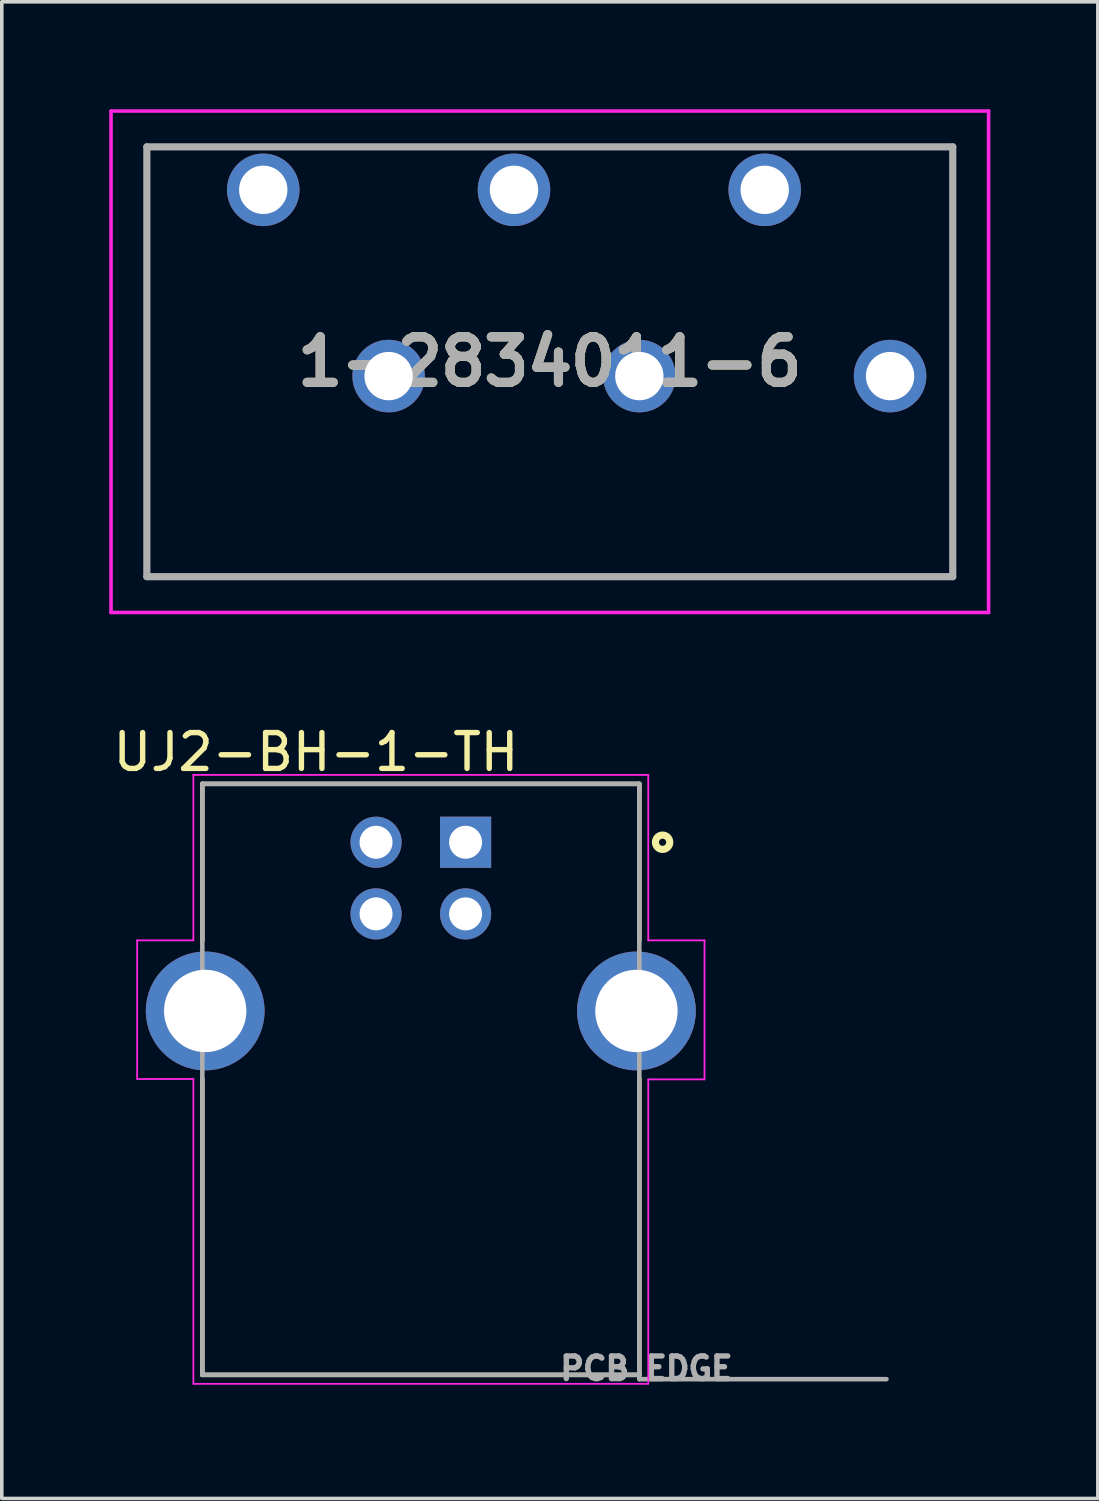
<source format=kicad_pcb>
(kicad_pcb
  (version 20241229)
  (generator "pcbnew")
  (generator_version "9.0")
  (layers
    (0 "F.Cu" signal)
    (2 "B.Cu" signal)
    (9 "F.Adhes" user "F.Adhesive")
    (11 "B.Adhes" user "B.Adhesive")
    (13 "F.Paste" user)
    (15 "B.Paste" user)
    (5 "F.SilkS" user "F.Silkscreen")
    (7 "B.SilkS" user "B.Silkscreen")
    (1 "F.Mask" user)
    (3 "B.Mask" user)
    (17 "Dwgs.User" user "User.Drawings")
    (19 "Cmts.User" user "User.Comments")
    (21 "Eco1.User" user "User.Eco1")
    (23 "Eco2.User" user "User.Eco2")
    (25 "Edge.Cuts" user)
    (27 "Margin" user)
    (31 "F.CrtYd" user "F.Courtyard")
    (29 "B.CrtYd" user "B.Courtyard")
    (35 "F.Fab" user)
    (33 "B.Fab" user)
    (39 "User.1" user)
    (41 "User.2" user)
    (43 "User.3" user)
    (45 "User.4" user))
  (footprint "UJ2-BH-1-TH"
    (layer "F.Cu")
    (at 9.949 20.465)
    (property "Reference" "UJ2-BH-1-TH" (at -4.178 -2.517 0) (layer "F.SilkS") (effects (font (size 1.001 1.001) (thickness 0.15))))
    (attr through_hole)
    (fp_line (start -7.35 -1.63) (end 4.85 -1.63) (stroke (width 0.127) (type solid)) (layer "F.SilkS"))
    (fp_line (start -7.35 2.74) (end -7.35 -1.63) (stroke (width 0.127) (type solid)) (layer "F.SilkS"))
    (fp_line (start -7.35 6.61) (end -7.35 14.87) (stroke (width 0.127) (type solid)) (layer "F.SilkS"))
    (fp_line (start -7.35 14.87) (end 4.85 14.87) (stroke (width 0.127) (type solid)) (layer "F.SilkS"))
    (fp_line (start 4.85 -1.63) (end 4.85 2.74) (stroke (width 0.127) (type solid)) (layer "F.SilkS"))
    (fp_line (start 4.85 14.87) (end 4.85 6.61) (stroke (width 0.127) (type solid)) (layer "F.SilkS"))
    (fp_circle (center 5.5 0) (end 5.7 0) (stroke (width 0.2) (type solid)) (fill no) (layer "F.SilkS"))
    (fp_line (start -9.17 2.74) (end -7.6 2.74) (stroke (width 0.05) (type solid)) (layer "F.CrtYd"))
    (fp_line (start -9.17 6.61) (end -9.17 2.74) (stroke (width 0.05) (type solid)) (layer "F.CrtYd"))
    (fp_line (start -7.6 -1.88) (end 5.1 -1.88) (stroke (width 0.05) (type solid)) (layer "F.CrtYd"))
    (fp_line (start -7.6 2.74) (end -7.6 -1.88) (stroke (width 0.05) (type solid)) (layer "F.CrtYd"))
    (fp_line (start -7.6 6.61) (end -9.17 6.61) (stroke (width 0.05) (type solid)) (layer "F.CrtYd"))
    (fp_line (start -7.6 15.12) (end -7.6 6.61) (stroke (width 0.05) (type solid)) (layer "F.CrtYd"))
    (fp_line (start 5.1 -1.88) (end 5.1 2.74) (stroke (width 0.05) (type solid)) (layer "F.CrtYd"))
    (fp_line (start 5.1 2.74) (end 6.67 2.74) (stroke (width 0.05) (type solid)) (layer "F.CrtYd"))
    (fp_line (start 5.1 6.62) (end 5.1 15.12) (stroke (width 0.05) (type solid)) (layer "F.CrtYd"))
    (fp_line (start 5.1 15.12) (end -7.6 15.12) (stroke (width 0.05) (type solid)) (layer "F.CrtYd"))
    (fp_line (start 6.67 2.74) (end 6.67 6.62) (stroke (width 0.05) (type solid)) (layer "F.CrtYd"))
    (fp_line (start 6.67 6.62) (end 5.1 6.62) (stroke (width 0.05) (type solid)) (layer "F.CrtYd"))
    (fp_line (start -7.35 -1.63) (end 4.85 -1.63) (stroke (width 0.127) (type solid)) (layer "F.Fab"))
    (fp_line (start -7.35 14.87) (end -7.35 -1.63) (stroke (width 0.127) (type solid)) (layer "F.Fab"))
    (fp_line (start 4.85 -1.63) (end 4.85 14.87) (stroke (width 0.127) (type solid)) (layer "F.Fab"))
    (fp_line (start 4.85 14.87) (end -7.35 14.87) (stroke (width 0.127) (type solid)) (layer "F.Fab"))
    (fp_line (start 4.85 14.87) (end 4.85 14.99) (stroke (width 0.127) (type solid)) (layer "F.Fab"))
    (fp_line (start 4.85 14.99) (end 11.75 14.99) (stroke (width 0.127) (type solid)) (layer "F.Fab"))
    (fp_circle (center 0 0) (end 0.2 0) (stroke (width 0.4) (type solid)) (fill no) (layer "F.Fab"))
    (fp_text user "PCB EDGE" (at 5.05 14.689 0) (layer "F.Fab") (effects (font (size 0.631 0.631) (thickness 0.15))))
    (pad "1" thru_hole rect (at 0 0) (size 1.428 1.428) (drill 0.92) (layers "*.Cu" "*.Mask"))
    (pad "2" thru_hole circle (at -2.5 0) (size 1.428 1.428) (drill 0.92) (layers "*.Cu" "*.Mask"))
    (pad "3" thru_hole circle (at -2.5 2) (size 1.428 1.428) (drill 0.92) (layers "*.Cu" "*.Mask"))
    (pad "4" thru_hole circle (at 0 2) (size 1.428 1.428) (drill 0.92) (layers "*.Cu" "*.Mask"))
    (pad "5" thru_hole circle (at -7.27 4.71) (size 3.316 3.316) (drill 2.3) (layers "*.Cu" "*.Mask"))
    (pad "5" thru_hole circle (at 4.77 4.71) (size 3.316 3.316) (drill 2.3) (layers "*.Cu" "*.Mask")))
  (footprint "1-2834011-6"
    (layer "F.Cu")
    (at 4.3 2.25)
    (property "Reference" "1-2834011-6" (at 8 4.8 0) (layer "F.SilkS") (effects (font (size 1.27 1.27) (thickness 0.254))))
    (attr through_hole)
    (fp_line (start -3.25 -1.2) (end 19.25 -1.2) (stroke (width 0.1) (type solid)) (layer "F.SilkS"))
    (fp_line (start -3.25 10.8) (end -3.25 -1.2) (stroke (width 0.1) (type solid)) (layer "F.SilkS"))
    (fp_line (start 19.25 -1.2) (end 19.25 10.8) (stroke (width 0.1) (type solid)) (layer "F.SilkS"))
    (fp_line (start 19.25 10.8) (end -3.25 10.8) (stroke (width 0.1) (type solid)) (layer "F.SilkS"))
    (fp_line (start -4.25 -2.2) (end 20.25 -2.2) (stroke (width 0.1) (type solid)) (layer "F.CrtYd"))
    (fp_line (start -4.25 11.8) (end -4.25 -2.2) (stroke (width 0.1) (type solid)) (layer "F.CrtYd"))
    (fp_line (start 20.25 -2.2) (end 20.25 11.8) (stroke (width 0.1) (type solid)) (layer "F.CrtYd"))
    (fp_line (start 20.25 11.8) (end -4.25 11.8) (stroke (width 0.1) (type solid)) (layer "F.CrtYd"))
    (fp_line (start -3.25 -1.2) (end 19.25 -1.2) (stroke (width 0.2) (type solid)) (layer "F.Fab"))
    (fp_line (start -3.25 10.8) (end -3.25 -1.2) (stroke (width 0.2) (type solid)) (layer "F.Fab"))
    (fp_line (start 19.25 -1.2) (end 19.25 10.8) (stroke (width 0.2) (type solid)) (layer "F.Fab"))
    (fp_line (start 19.25 10.8) (end -3.25 10.8) (stroke (width 0.2) (type solid)) (layer "F.Fab"))
    (fp_text user "${REFERENCE}" (at 8 4.8 0) (layer "F.Fab") (effects (font (size 1.27 1.27) (thickness 0.254))))
    (pad "1" thru_hole circle (at 0 0) (size 2.025 2.025) (drill 1.35) (layers "*.Cu" "*.Mask"))
    (pad "2" thru_hole circle (at 3.5 5.2) (size 2.025 2.025) (drill 1.35) (layers "*.Cu" "*.Mask"))
    (pad "3" thru_hole circle (at 7 0) (size 2.025 2.025) (drill 1.35) (layers "*.Cu" "*.Mask"))
    (pad "4" thru_hole circle (at 10.5 5.2) (size 2.025 2.025) (drill 1.35) (layers "*.Cu" "*.Mask"))
    (pad "5" thru_hole circle (at 14 0) (size 2.025 2.025) (drill 1.35) (layers "*.Cu" "*.Mask"))
    (pad "6" thru_hole circle (at 17.5 5.2) (size 2.025 2.025) (drill 1.35) (layers "*.Cu" "*.Mask")))
  (gr_rect
    (start -3 -3)
    (end 27.6 38.786)
    (stroke (width 0.1) (type default))
    (fill no)
    (layer "Edge.Cuts")))
</source>
